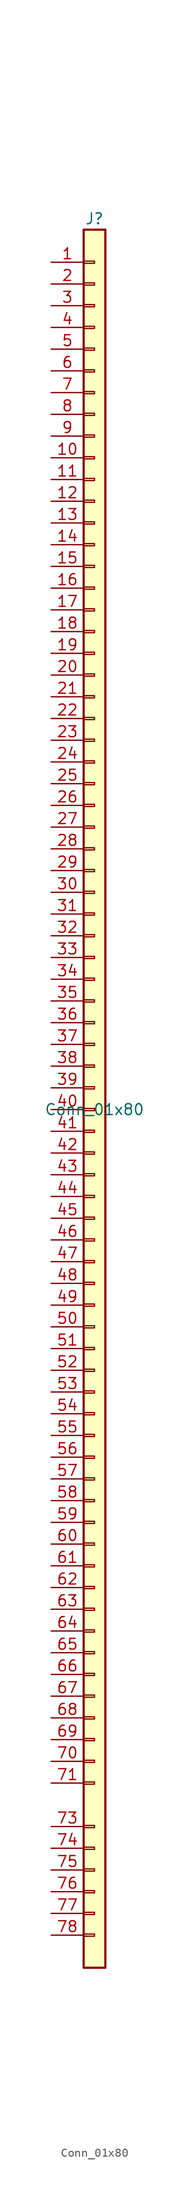
<source format=kicad_sym>
(kicad_symbol_lib
  (version 20211014)
  (generator kicad_symbol_editor)
  (symbol "Conn_01x80"
    (pin_names
      (offset 1.016) hide)
    (property "Reference" "J"
      (at -1.27 204.47 0)
      (effects (font (size 1.27 1.27))))
    (property "Value" "Conn_01x80"
      (at -1.27 100.33 0)
      (effects (font (size 1.27 1.27))))
    (symbol "Conn_01x80_1_1"
      (rectangle (start -2.54 3.937) (end -1.27 3.683) (stroke (width 0.152) (type default) (color 0 0 0 0)) (fill (type none)))
      (rectangle (start -2.54 6.477) (end -1.27 6.223) (stroke (width 0.152) (type default) (color 0 0 0 0)) (fill (type none)))
      (rectangle (start -2.54 9.017) (end -1.27 8.763) (stroke (width 0.152) (type default) (color 0 0 0 0)) (fill (type none)))
      (rectangle (start -2.54 11.557) (end -1.27 11.303) (stroke (width 0.152) (type default) (color 0 0 0 0)) (fill (type none)))
      (rectangle (start -2.54 14.097) (end -1.27 13.843) (stroke (width 0.152) (type default) (color 0 0 0 0)) (fill (type none)))
      (rectangle (start -2.54 16.637) (end -1.27 16.383) (stroke (width 0.152) (type default) (color 0 0 0 0)) (fill (type none)))
      (rectangle (start -2.54 21.717) (end -1.27 21.463) (stroke (width 0.152) (type default) (color 0 0 0 0)) (fill (type none)))
      (rectangle (start -2.54 24.257) (end -1.27 24.003) (stroke (width 0.152) (type default) (color 0 0 0 0)) (fill (type none)))
      (rectangle (start -2.54 26.797) (end -1.27 26.543) (stroke (width 0.152) (type default) (color 0 0 0 0)) (fill (type none)))
      (rectangle (start -2.54 29.337) (end -1.27 29.083) (stroke (width 0.152) (type default) (color 0 0 0 0)) (fill (type none)))
      (rectangle (start -2.54 31.877) (end -1.27 31.623) (stroke (width 0.152) (type default) (color 0 0 0 0)) (fill (type none)))
      (rectangle (start -2.54 34.417) (end -1.27 34.163) (stroke (width 0.152) (type default) (color 0 0 0 0)) (fill (type none)))
      (rectangle (start -2.54 36.957) (end -1.27 36.703) (stroke (width 0.152) (type default) (color 0 0 0 0)) (fill (type none)))
      (rectangle (start -2.54 39.497) (end -1.27 39.243) (stroke (width 0.152) (type default) (color 0 0 0 0)) (fill (type none)))
      (rectangle (start -2.54 42.037) (end -1.27 41.783) (stroke (width 0.152) (type default) (color 0 0 0 0)) (fill (type none)))
      (rectangle (start -2.54 44.577) (end -1.27 44.323) (stroke (width 0.152) (type default) (color 0 0 0 0)) (fill (type none)))
      (rectangle (start -2.54 47.117) (end -1.27 46.863) (stroke (width 0.152) (type default) (color 0 0 0 0)) (fill (type none)))
      (rectangle (start -2.54 49.657) (end -1.27 49.403) (stroke (width 0.152) (type default) (color 0 0 0 0)) (fill (type none)))
      (rectangle (start -2.54 52.197) (end -1.27 51.943) (stroke (width 0.152) (type default) (color 0 0 0 0)) (fill (type none)))
      (rectangle (start -2.54 54.737) (end -1.27 54.483) (stroke (width 0.152) (type default) (color 0 0 0 0)) (fill (type none)))
      (rectangle (start -2.54 57.277) (end -1.27 57.023) (stroke (width 0.152) (type default) (color 0 0 0 0)) (fill (type none)))
      (rectangle (start -2.54 59.817) (end -1.27 59.563) (stroke (width 0.152) (type default) (color 0 0 0 0)) (fill (type none)))
      (rectangle (start -2.54 62.357) (end -1.27 62.103) (stroke (width 0.152) (type default) (color 0 0 0 0)) (fill (type none)))
      (rectangle (start -2.54 64.897) (end -1.27 64.643) (stroke (width 0.152) (type default) (color 0 0 0 0)) (fill (type none)))
      (rectangle (start -2.54 67.437) (end -1.27 67.183) (stroke (width 0.152) (type default) (color 0 0 0 0)) (fill (type none)))
      (rectangle (start -2.54 69.977) (end -1.27 69.723) (stroke (width 0.152) (type default) (color 0 0 0 0)) (fill (type none)))
      (rectangle (start -2.54 72.517) (end -1.27 72.263) (stroke (width 0.152) (type default) (color 0 0 0 0)) (fill (type none)))
      (rectangle (start -2.54 75.057) (end -1.27 74.803) (stroke (width 0.152) (type default) (color 0 0 0 0)) (fill (type none)))
      (rectangle (start -2.54 77.597) (end -1.27 77.343) (stroke (width 0.152) (type default) (color 0 0 0 0)) (fill (type none)))
      (rectangle (start -2.54 80.137) (end -1.27 79.883) (stroke (width 0.152) (type default) (color 0 0 0 0)) (fill (type none)))
      (rectangle (start -2.54 82.677) (end -1.27 82.423) (stroke (width 0.152) (type default) (color 0 0 0 0)) (fill (type none)))
      (rectangle (start -2.54 85.217) (end -1.27 84.963) (stroke (width 0.152) (type default) (color 0 0 0 0)) (fill (type none)))
      (rectangle (start -2.54 87.757) (end -1.27 87.503) (stroke (width 0.152) (type default) (color 0 0 0 0)) (fill (type none)))
      (rectangle (start -2.54 90.297) (end -1.27 90.043) (stroke (width 0.152) (type default) (color 0 0 0 0)) (fill (type none)))
      (rectangle (start -2.54 92.837) (end -1.27 92.583) (stroke (width 0.152) (type default) (color 0 0 0 0)) (fill (type none)))
      (rectangle (start -2.54 95.377) (end -1.27 95.123) (stroke (width 0.152) (type default) (color 0 0 0 0)) (fill (type none)))
      (rectangle (start -2.54 97.917) (end -1.27 97.663) (stroke (width 0.152) (type default) (color 0 0 0 0)) (fill (type none)))
      (rectangle (start -2.54 100.457) (end -1.27 100.203) (stroke (width 0.152) (type default) (color 0 0 0 0)) (fill (type none)))
      (rectangle (start -2.54 102.997) (end -1.27 102.743) (stroke (width 0.152) (type default) (color 0 0 0 0)) (fill (type none)))
      (rectangle (start -2.54 105.537) (end -1.27 105.283) (stroke (width 0.152) (type default) (color 0 0 0 0)) (fill (type none)))
      (rectangle (start -2.54 108.077) (end -1.27 107.823) (stroke (width 0.152) (type default) (color 0 0 0 0)) (fill (type none)))
      (rectangle (start -2.54 110.617) (end -1.27 110.363) (stroke (width 0.152) (type default) (color 0 0 0 0)) (fill (type none)))
      (rectangle (start -2.54 113.157) (end -1.27 112.903) (stroke (width 0.152) (type default) (color 0 0 0 0)) (fill (type none)))
      (rectangle (start -2.54 115.697) (end -1.27 115.443) (stroke (width 0.152) (type default) (color 0 0 0 0)) (fill (type none)))
      (rectangle (start -2.54 118.237) (end -1.27 117.983) (stroke (width 0.152) (type default) (color 0 0 0 0)) (fill (type none)))
      (rectangle (start -2.54 120.777) (end -1.27 120.523) (stroke (width 0.152) (type default) (color 0 0 0 0)) (fill (type none)))
      (rectangle (start -2.54 123.317) (end -1.27 123.063) (stroke (width 0.152) (type default) (color 0 0 0 0)) (fill (type none)))
      (rectangle (start -2.54 125.857) (end -1.27 125.603) (stroke (width 0.152) (type default) (color 0 0 0 0)) (fill (type none)))
      (rectangle (start -2.54 128.397) (end -1.27 128.143) (stroke (width 0.152) (type default) (color 0 0 0 0)) (fill (type none)))
      (rectangle (start -2.54 130.937) (end -1.27 130.683) (stroke (width 0.152) (type default) (color 0 0 0 0)) (fill (type none)))
      (rectangle (start -2.54 133.477) (end -1.27 133.223) (stroke (width 0.152) (type default) (color 0 0 0 0)) (fill (type none)))
      (rectangle (start -2.54 136.017) (end -1.27 135.763) (stroke (width 0.152) (type default) (color 0 0 0 0)) (fill (type none)))
      (rectangle (start -2.54 138.557) (end -1.27 138.303) (stroke (width 0.152) (type default) (color 0 0 0 0)) (fill (type none)))
      (rectangle (start -2.54 141.097) (end -1.27 140.843) (stroke (width 0.152) (type default) (color 0 0 0 0)) (fill (type none)))
      (rectangle (start -2.54 143.637) (end -1.27 143.383) (stroke (width 0.152) (type default) (color 0 0 0 0)) (fill (type none)))
      (rectangle (start -2.54 146.177) (end -1.27 145.923) (stroke (width 0.152) (type default) (color 0 0 0 0)) (fill (type none)))
      (rectangle (start -2.54 148.717) (end -1.27 148.463) (stroke (width 0.152) (type default) (color 0 0 0 0)) (fill (type none)))
      (rectangle (start -2.54 151.257) (end -1.27 151.003) (stroke (width 0.152) (type default) (color 0 0 0 0)) (fill (type none)))
      (rectangle (start -2.54 153.797) (end -1.27 153.543) (stroke (width 0.152) (type default) (color 0 0 0 0)) (fill (type none)))
      (rectangle (start -2.54 156.337) (end -1.27 156.083) (stroke (width 0.152) (type default) (color 0 0 0 0)) (fill (type none)))
      (rectangle (start -2.54 158.877) (end -1.27 158.623) (stroke (width 0.152) (type default) (color 0 0 0 0)) (fill (type none)))
      (rectangle (start -2.54 161.417) (end -1.27 161.163) (stroke (width 0.152) (type default) (color 0 0 0 0)) (fill (type none)))
      (rectangle (start -2.54 163.957) (end -1.27 163.703) (stroke (width 0.152) (type default) (color 0 0 0 0)) (fill (type none)))
      (rectangle (start -2.54 166.497) (end -1.27 166.243) (stroke (width 0.152) (type default) (color 0 0 0 0)) (fill (type none)))
      (rectangle (start -2.54 169.037) (end -1.27 168.783) (stroke (width 0.152) (type default) (color 0 0 0 0)) (fill (type none)))
      (rectangle (start -2.54 171.577) (end -1.27 171.323) (stroke (width 0.152) (type default) (color 0 0 0 0)) (fill (type none)))
      (rectangle (start -2.54 174.117) (end -1.27 173.863) (stroke (width 0.152) (type default) (color 0 0 0 0)) (fill (type none)))
      (rectangle (start -2.54 176.657) (end -1.27 176.403) (stroke (width 0.152) (type default) (color 0 0 0 0)) (fill (type none)))
      (rectangle (start -2.54 179.197) (end -1.27 178.943) (stroke (width 0.152) (type default) (color 0 0 0 0)) (fill (type none)))
      (rectangle (start -2.54 181.737) (end -1.27 181.483) (stroke (width 0.152) (type default) (color 0 0 0 0)) (fill (type none)))
      (rectangle (start -2.54 184.277) (end -1.27 184.023) (stroke (width 0.152) (type default) (color 0 0 0 0)) (fill (type none)))
      (rectangle (start -2.54 186.817) (end -1.27 186.563) (stroke (width 0.152) (type default) (color 0 0 0 0)) (fill (type none)))
      (rectangle (start -2.54 189.357) (end -1.27 189.103) (stroke (width 0.152) (type default) (color 0 0 0 0)) (fill (type none)))
      (rectangle (start -2.54 191.897) (end -1.27 191.643) (stroke (width 0.152) (type default) (color 0 0 0 0)) (fill (type none)))
      (rectangle (start -2.54 194.437) (end -1.27 194.183) (stroke (width 0.152) (type default) (color 0 0 0 0)) (fill (type none)))
      (rectangle (start -2.54 196.977) (end -1.27 196.723) (stroke (width 0.152) (type default) (color 0 0 0 0)) (fill (type none)))
      (rectangle (start -2.54 199.517) (end -1.27 199.263) (stroke (width 0.152) (type default) (color 0 0 0 0)) (fill (type none)))
      (rectangle (start -2.54 203.2) (end 0 0) (stroke (width 0.254) (type default) (color 0 0 0 0)) (fill (type background)))
      (pin passive line (at -6.35 199.39 0) (length 3.81) (name "Pin_1" (effects (font (size 1.27 1.27)))) (number "1" (effects (font (size 1.27 1.27)))))
      (pin passive line (at -6.35 176.53 0) (length 3.81) (name "Pin_10" (effects (font (size 1.27 1.27)))) (number "10" (effects (font (size 1.27 1.27)))))
      (pin passive line (at -6.35 173.99 0) (length 3.81) (name "Pin_11" (effects (font (size 1.27 1.27)))) (number "11" (effects (font (size 1.27 1.27)))))
      (pin passive line (at -6.35 171.45 0) (length 3.81) (name "Pin_12" (effects (font (size 1.27 1.27)))) (number "12" (effects (font (size 1.27 1.27)))))
      (pin passive line (at -6.35 168.91 0) (length 3.81) (name "Pin_13" (effects (font (size 1.27 1.27)))) (number "13" (effects (font (size 1.27 1.27)))))
      (pin passive line (at -6.35 166.37 0) (length 3.81) (name "Pin_14" (effects (font (size 1.27 1.27)))) (number "14" (effects (font (size 1.27 1.27)))))
      (pin passive line (at -6.35 163.83 0) (length 3.81) (name "Pin_15" (effects (font (size 1.27 1.27)))) (number "15" (effects (font (size 1.27 1.27)))))
      (pin passive line (at -6.35 161.29 0) (length 3.81) (name "Pin_16" (effects (font (size 1.27 1.27)))) (number "16" (effects (font (size 1.27 1.27)))))
      (pin passive line (at -6.35 158.75 0) (length 3.81) (name "Pin_17" (effects (font (size 1.27 1.27)))) (number "17" (effects (font (size 1.27 1.27)))))
      (pin passive line (at -6.35 156.21 0) (length 3.81) (name "Pin_18" (effects (font (size 1.27 1.27)))) (number "18" (effects (font (size 1.27 1.27)))))
      (pin passive line (at -6.35 153.67 0) (length 3.81) (name "Pin_19" (effects (font (size 1.27 1.27)))) (number "19" (effects (font (size 1.27 1.27)))))
      (pin passive line (at -6.35 196.85 0) (length 3.81) (name "Pin_2" (effects (font (size 1.27 1.27)))) (number "2" (effects (font (size 1.27 1.27)))))
      (pin passive line (at -6.35 151.13 0) (length 3.81) (name "Pin_20" (effects (font (size 1.27 1.27)))) (number "20" (effects (font (size 1.27 1.27)))))
      (pin passive line (at -6.35 148.59 0) (length 3.81) (name "Pin_21" (effects (font (size 1.27 1.27)))) (number "21" (effects (font (size 1.27 1.27)))))
      (pin passive line (at -6.35 146.05 0) (length 3.81) (name "Pin_22" (effects (font (size 1.27 1.27)))) (number "22" (effects (font (size 1.27 1.27)))))
      (pin passive line (at -6.35 143.51 0) (length 3.81) (name "Pin_23" (effects (font (size 1.27 1.27)))) (number "23" (effects (font (size 1.27 1.27)))))
      (pin passive line (at -6.35 140.97 0) (length 3.81) (name "Pin_24" (effects (font (size 1.27 1.27)))) (number "24" (effects (font (size 1.27 1.27)))))
      (pin passive line (at -6.35 138.43 0) (length 3.81) (name "Pin_25" (effects (font (size 1.27 1.27)))) (number "25" (effects (font (size 1.27 1.27)))))
      (pin passive line (at -6.35 135.89 0) (length 3.81) (name "Pin_26" (effects (font (size 1.27 1.27)))) (number "26" (effects (font (size 1.27 1.27)))))
      (pin passive line (at -6.35 133.35 0) (length 3.81) (name "Pin_27" (effects (font (size 1.27 1.27)))) (number "27" (effects (font (size 1.27 1.27)))))
      (pin passive line (at -6.35 130.81 0) (length 3.81) (name "Pin_28" (effects (font (size 1.27 1.27)))) (number "28" (effects (font (size 1.27 1.27)))))
      (pin passive line (at -6.35 128.27 0) (length 3.81) (name "Pin_29" (effects (font (size 1.27 1.27)))) (number "29" (effects (font (size 1.27 1.27)))))
      (pin passive line (at -6.35 194.31 0) (length 3.81) (name "Pin_3" (effects (font (size 1.27 1.27)))) (number "3" (effects (font (size 1.27 1.27)))))
      (pin passive line (at -6.35 125.73 0) (length 3.81) (name "Pin_30" (effects (font (size 1.27 1.27)))) (number "30" (effects (font (size 1.27 1.27)))))
      (pin passive line (at -6.35 123.19 0) (length 3.81) (name "Pin_31" (effects (font (size 1.27 1.27)))) (number "31" (effects (font (size 1.27 1.27)))))
      (pin passive line (at -6.35 120.65 0) (length 3.81) (name "Pin_32" (effects (font (size 1.27 1.27)))) (number "32" (effects (font (size 1.27 1.27)))))
      (pin passive line (at -6.35 118.11 0) (length 3.81) (name "Pin_33" (effects (font (size 1.27 1.27)))) (number "33" (effects (font (size 1.27 1.27)))))
      (pin passive line (at -6.35 115.57 0) (length 3.81) (name "Pin_34" (effects (font (size 1.27 1.27)))) (number "34" (effects (font (size 1.27 1.27)))))
      (pin passive line (at -6.35 113.03 0) (length 3.81) (name "Pin_35" (effects (font (size 1.27 1.27)))) (number "35" (effects (font (size 1.27 1.27)))))
      (pin passive line (at -6.35 110.49 0) (length 3.81) (name "Pin_36" (effects (font (size 1.27 1.27)))) (number "36" (effects (font (size 1.27 1.27)))))
      (pin passive line (at -6.35 107.95 0) (length 3.81) (name "Pin_37" (effects (font (size 1.27 1.27)))) (number "37" (effects (font (size 1.27 1.27)))))
      (pin passive line (at -6.35 105.41 0) (length 3.81) (name "Pin_38" (effects (font (size 1.27 1.27)))) (number "38" (effects (font (size 1.27 1.27)))))
      (pin passive line (at -6.35 102.87 0) (length 3.81) (name "Pin_39" (effects (font (size 1.27 1.27)))) (number "39" (effects (font (size 1.27 1.27)))))
      (pin passive line (at -6.35 191.77 0) (length 3.81) (name "Pin_4" (effects (font (size 1.27 1.27)))) (number "4" (effects (font (size 1.27 1.27)))))
      (pin passive line (at -6.35 100.33 0) (length 3.81) (name "Pin_40" (effects (font (size 1.27 1.27)))) (number "40" (effects (font (size 1.27 1.27)))))
      (pin passive line (at -6.35 97.79 0) (length 3.81) (name "Pin_1" (effects (font (size 1.27 1.27)))) (number "41" (effects (font (size 1.27 1.27)))))
      (pin passive line (at -6.35 95.25 0) (length 3.81) (name "Pin_2" (effects (font (size 1.27 1.27)))) (number "42" (effects (font (size 1.27 1.27)))))
      (pin passive line (at -6.35 92.71 0) (length 3.81) (name "Pin_3" (effects (font (size 1.27 1.27)))) (number "43" (effects (font (size 1.27 1.27)))))
      (pin passive line (at -6.35 90.17 0) (length 3.81) (name "Pin_4" (effects (font (size 1.27 1.27)))) (number "44" (effects (font (size 1.27 1.27)))))
      (pin passive line (at -6.35 87.63 0) (length 3.81) (name "Pin_5" (effects (font (size 1.27 1.27)))) (number "45" (effects (font (size 1.27 1.27)))))
      (pin passive line (at -6.35 85.09 0) (length 3.81) (name "Pin_6" (effects (font (size 1.27 1.27)))) (number "46" (effects (font (size 1.27 1.27)))))
      (pin passive line (at -6.35 82.55 0) (length 3.81) (name "Pin_7" (effects (font (size 1.27 1.27)))) (number "47" (effects (font (size 1.27 1.27)))))
      (pin passive line (at -6.35 80.01 0) (length 3.81) (name "Pin_8" (effects (font (size 1.27 1.27)))) (number "48" (effects (font (size 1.27 1.27)))))
      (pin passive line (at -6.35 77.47 0) (length 3.81) (name "Pin_9" (effects (font (size 1.27 1.27)))) (number "49" (effects (font (size 1.27 1.27)))))
      (pin passive line (at -6.35 189.23 0) (length 3.81) (name "Pin_5" (effects (font (size 1.27 1.27)))) (number "5" (effects (font (size 1.27 1.27)))))
      (pin passive line (at -6.35 74.93 0) (length 3.81) (name "Pin_10" (effects (font (size 1.27 1.27)))) (number "50" (effects (font (size 1.27 1.27)))))
      (pin passive line (at -6.35 72.39 0) (length 3.81) (name "Pin_11" (effects (font (size 1.27 1.27)))) (number "51" (effects (font (size 1.27 1.27)))))
      (pin passive line (at -6.35 69.85 0) (length 3.81) (name "Pin_12" (effects (font (size 1.27 1.27)))) (number "52" (effects (font (size 1.27 1.27)))))
      (pin passive line (at -6.35 67.31 0) (length 3.81) (name "Pin_13" (effects (font (size 1.27 1.27)))) (number "53" (effects (font (size 1.27 1.27)))))
      (pin passive line (at -6.35 64.77 0) (length 3.81) (name "Pin_14" (effects (font (size 1.27 1.27)))) (number "54" (effects (font (size 1.27 1.27)))))
      (pin passive line (at -6.35 62.23 0) (length 3.81) (name "Pin_15" (effects (font (size 1.27 1.27)))) (number "55" (effects (font (size 1.27 1.27)))))
      (pin passive line (at -6.35 59.69 0) (length 3.81) (name "Pin_16" (effects (font (size 1.27 1.27)))) (number "56" (effects (font (size 1.27 1.27)))))
      (pin passive line (at -6.35 57.15 0) (length 3.81) (name "Pin_17" (effects (font (size 1.27 1.27)))) (number "57" (effects (font (size 1.27 1.27)))))
      (pin passive line (at -6.35 54.61 0) (length 3.81) (name "Pin_18" (effects (font (size 1.27 1.27)))) (number "58" (effects (font (size 1.27 1.27)))))
      (pin passive line (at -6.35 52.07 0) (length 3.81) (name "Pin_19" (effects (font (size 1.27 1.27)))) (number "59" (effects (font (size 1.27 1.27)))))
      (pin passive line (at -6.35 186.69 0) (length 3.81) (name "Pin_6" (effects (font (size 1.27 1.27)))) (number "6" (effects (font (size 1.27 1.27)))))
      (pin passive line (at -6.35 49.53 0) (length 3.81) (name "Pin_20" (effects (font (size 1.27 1.27)))) (number "60" (effects (font (size 1.27 1.27)))))
      (pin passive line (at -6.35 46.99 0) (length 3.81) (name "Pin_21" (effects (font (size 1.27 1.27)))) (number "61" (effects (font (size 1.27 1.27)))))
      (pin passive line (at -6.35 44.45 0) (length 3.81) (name "Pin_22" (effects (font (size 1.27 1.27)))) (number "62" (effects (font (size 1.27 1.27)))))
      (pin passive line (at -6.35 41.91 0) (length 3.81) (name "Pin_23" (effects (font (size 1.27 1.27)))) (number "63" (effects (font (size 1.27 1.27)))))
      (pin passive line (at -6.35 39.37 0) (length 3.81) (name "Pin_24" (effects (font (size 1.27 1.27)))) (number "64" (effects (font (size 1.27 1.27)))))
      (pin passive line (at -6.35 36.83 0) (length 3.81) (name "Pin_25" (effects (font (size 1.27 1.27)))) (number "65" (effects (font (size 1.27 1.27)))))
      (pin passive line (at -6.35 34.29 0) (length 3.81) (name "Pin_26" (effects (font (size 1.27 1.27)))) (number "66" (effects (font (size 1.27 1.27)))))
      (pin passive line (at -6.35 31.75 0) (length 3.81) (name "Pin_27" (effects (font (size 1.27 1.27)))) (number "67" (effects (font (size 1.27 1.27)))))
      (pin passive line (at -6.35 29.21 0) (length 3.81) (name "Pin_28" (effects (font (size 1.27 1.27)))) (number "68" (effects (font (size 1.27 1.27)))))
      (pin passive line (at -6.35 26.67 0) (length 3.81) (name "Pin_29" (effects (font (size 1.27 1.27)))) (number "69" (effects (font (size 1.27 1.27)))))
      (pin passive line (at -6.35 184.15 0) (length 3.81) (name "Pin_7" (effects (font (size 1.27 1.27)))) (number "7" (effects (font (size 1.27 1.27)))))
      (pin passive line (at -6.35 24.13 0) (length 3.81) (name "Pin_30" (effects (font (size 1.27 1.27)))) (number "70" (effects (font (size 1.27 1.27)))))
      (pin passive line (at -6.35 21.59 0) (length 3.81) (name "Pin_31" (effects (font (size 1.27 1.27)))) (number "71" (effects (font (size 1.27 1.27)))))
      (pin passive line (at -6.35 16.51 0) (length 3.81) (name "Pin_33" (effects (font (size 1.27 1.27)))) (number "73" (effects (font (size 1.27 1.27)))))
      (pin passive line (at -6.35 13.97 0) (length 3.81) (name "Pin_34" (effects (font (size 1.27 1.27)))) (number "74" (effects (font (size 1.27 1.27)))))
      (pin passive line (at -6.35 11.43 0) (length 3.81) (name "Pin_35" (effects (font (size 1.27 1.27)))) (number "75" (effects (font (size 1.27 1.27)))))
      (pin passive line (at -6.35 8.89 0) (length 3.81) (name "Pin_36" (effects (font (size 1.27 1.27)))) (number "76" (effects (font (size 1.27 1.27)))))
      (pin passive line (at -6.35 6.35 0) (length 3.81) (name "Pin_37" (effects (font (size 1.27 1.27)))) (number "77" (effects (font (size 1.27 1.27)))))
      (pin passive line (at -6.35 3.81 0) (length 3.81) (name "Pin_38" (effects (font (size 1.27 1.27)))) (number "78" (effects (font (size 1.27 1.27)))))
      (pin passive line (at -6.35 181.61 0) (length 3.81) (name "Pin_8" (effects (font (size 1.27 1.27)))) (number "8" (effects (font (size 1.27 1.27)))))
      (pin passive line (at -6.35 179.07 0) (length 3.81) (name "Pin_9" (effects (font (size 1.27 1.27)))) (number "9" (effects (font (size 1.27 1.27))))))))
</source>
